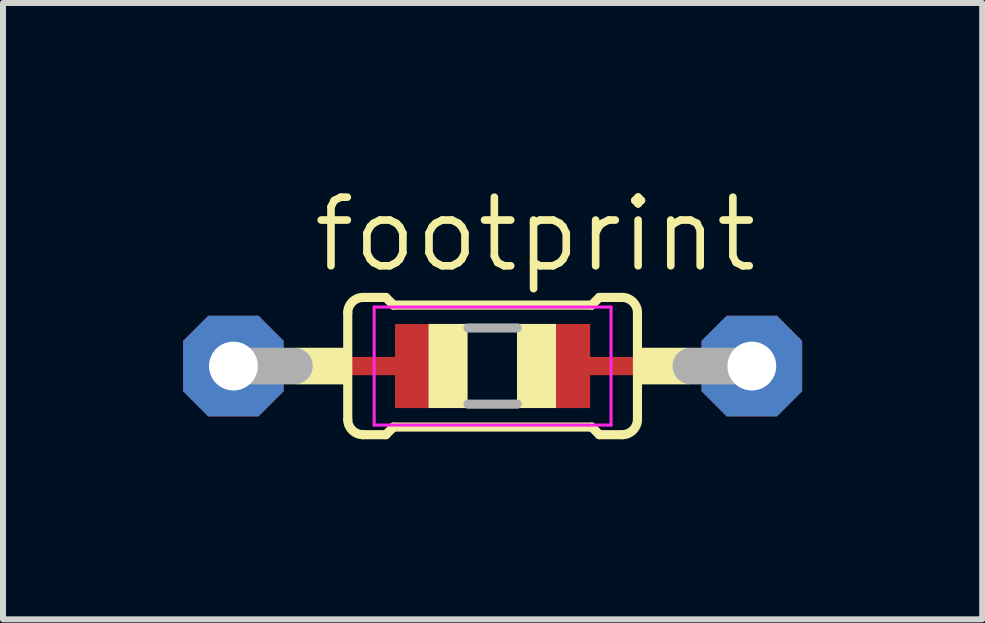
<source format=kicad_pcb>
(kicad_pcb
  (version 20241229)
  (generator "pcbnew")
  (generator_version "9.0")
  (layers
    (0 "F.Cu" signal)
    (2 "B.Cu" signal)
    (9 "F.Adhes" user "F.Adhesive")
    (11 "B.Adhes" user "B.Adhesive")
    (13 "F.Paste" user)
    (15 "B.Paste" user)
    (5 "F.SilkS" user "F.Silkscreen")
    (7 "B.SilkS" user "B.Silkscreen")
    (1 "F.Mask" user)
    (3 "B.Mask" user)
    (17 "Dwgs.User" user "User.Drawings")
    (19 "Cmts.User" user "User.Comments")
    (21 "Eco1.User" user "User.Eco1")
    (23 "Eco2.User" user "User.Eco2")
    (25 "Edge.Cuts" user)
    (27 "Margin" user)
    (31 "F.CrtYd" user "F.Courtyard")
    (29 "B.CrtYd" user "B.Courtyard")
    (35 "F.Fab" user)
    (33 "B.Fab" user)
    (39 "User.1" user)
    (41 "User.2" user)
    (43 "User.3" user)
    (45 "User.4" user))
  (footprint "footprint"
    (layer "F.Cu")
    (at 5.156 3.048)
    (property "Reference" "footprint" (at -3.048 -1.524 0) (layer "F.SilkS") (effects (font (size 1.143 1.143) (thickness 0.127)) (justify left bottom)))
    (fp_line (start -3.738 0) (end -1.1 0) (stroke (width 0.305) (type solid)) (layer "F.Cu"))
    (fp_line (start 1 0) (end 4.338 0) (stroke (width 0.305) (type solid)) (layer "F.Cu"))
    (fp_poly (pts (xy -1.625 0.7) (xy -0.425 0.7) (xy -0.425 -0.7) (xy -1.625 -0.7)) (stroke (width 0) (type solid)) (fill yes) (layer "F.Cu"))
    (fp_poly (pts (xy 0.425 0.7) (xy 1.625 0.7) (xy 1.625 -0.7) (xy 0.425 -0.7)) (stroke (width 0) (type solid)) (fill yes) (layer "F.Cu"))
    (fp_poly (pts (xy -1.725 0.8) (xy -0.325 0.8) (xy -0.325 -0.8) (xy -1.725 -0.8)) (stroke (width 0) (type solid)) (fill yes) (layer "F.Mask"))
    (fp_poly (pts (xy 0.325 0.8) (xy 1.725 0.8) (xy 1.725 -0.8) (xy 0.325 -0.8)) (stroke (width 0) (type solid)) (fill yes) (layer "F.Mask"))
    (fp_line (start -2.413 0.889) (end -2.413 -0.889) (stroke (width 0.152) (type solid)) (layer "F.SilkS"))
    (fp_line (start -2.159 -1.143) (end -1.778 -1.143) (stroke (width 0.152) (type solid)) (layer "F.SilkS"))
    (fp_line (start -2.159 1.143) (end -1.778 1.143) (stroke (width 0.152) (type solid)) (layer "F.SilkS"))
    (fp_line (start -1.651 -1.016) (end -1.778 -1.143) (stroke (width 0.152) (type solid)) (layer "F.SilkS"))
    (fp_line (start -1.651 1.016) (end -1.778 1.143) (stroke (width 0.152) (type solid)) (layer "F.SilkS"))
    (fp_line (start 1.651 -1.016) (end -1.651 -1.016) (stroke (width 0.152) (type solid)) (layer "F.SilkS"))
    (fp_line (start 1.651 -1.016) (end 1.778 -1.143) (stroke (width 0.152) (type solid)) (layer "F.SilkS"))
    (fp_line (start 1.651 1.016) (end -1.651 1.016) (stroke (width 0.152) (type solid)) (layer "F.SilkS"))
    (fp_line (start 1.651 1.016) (end 1.778 1.143) (stroke (width 0.152) (type solid)) (layer "F.SilkS"))
    (fp_line (start 2.159 -1.143) (end 1.778 -1.143) (stroke (width 0.152) (type solid)) (layer "F.SilkS"))
    (fp_line (start 2.159 1.143) (end 1.778 1.143) (stroke (width 0.152) (type solid)) (layer "F.SilkS"))
    (fp_line (start 2.413 0.889) (end 2.413 -0.889) (stroke (width 0.152) (type solid)) (layer "F.SilkS"))
    (fp_arc (start -2.413 -0.889) (mid -2.338605 -1.068605) (end -2.159 -1.143) (stroke (width 0.1524) (type solid)) (layer "F.SilkS"))
    (fp_arc (start -2.159 1.143) (mid -2.338605 1.068605) (end -2.413 0.889) (stroke (width 0.1524) (type solid)) (layer "F.SilkS"))
    (fp_arc (start 2.159 -1.143) (mid 2.338605 -1.068605) (end 2.413 -0.889) (stroke (width 0.1524) (type solid)) (layer "F.SilkS"))
    (fp_arc (start 2.413 0.889) (mid 2.338605 1.068605) (end 2.159 1.143) (stroke (width 0.1524) (type solid)) (layer "F.SilkS"))
    (fp_poly (pts (xy -3.277 0.305) (xy -2.413 0.305) (xy -2.413 -0.305) (xy -3.277 -0.305)) (stroke (width 0) (type solid)) (fill yes) (layer "F.SilkS"))
    (fp_poly (pts (xy -1.067 0.699) (xy -0.417 0.699) (xy -0.417 -0.702) (xy -1.067 -0.702)) (stroke (width 0) (type solid)) (fill yes) (layer "F.SilkS"))
    (fp_poly (pts (xy 0.406 0.699) (xy 1.056 0.699) (xy 1.056 -0.702) (xy 0.406 -0.702)) (stroke (width 0) (type solid)) (fill yes) (layer "F.SilkS"))
    (fp_poly (pts (xy 2.413 0.305) (xy 3.277 0.305) (xy 3.277 -0.305) (xy 2.413 -0.305)) (stroke (width 0) (type solid)) (fill yes) (layer "F.SilkS"))
    (fp_poly (pts (xy -1.64 0.7) (xy -0.41 0.7) (xy -0.41 -0.71) (xy -1.64 -0.71)) (stroke (width 0) (type solid)) (fill yes) (layer "F.Paste"))
    (fp_poly (pts (xy 0.4 0.7) (xy 1.64 0.7) (xy 1.64 -0.7) (xy 0.4 -0.7)) (stroke (width 0) (type solid)) (fill yes) (layer "F.Paste"))
    (fp_line (start -1.973 -0.983) (end 1.973 -0.983) (stroke (width 0.051) (type solid)) (layer "F.CrtYd"))
    (fp_line (start -1.973 0.983) (end -1.973 -0.983) (stroke (width 0.051) (type solid)) (layer "F.CrtYd"))
    (fp_line (start 1.973 -0.983) (end 1.973 0.983) (stroke (width 0.051) (type solid)) (layer "F.CrtYd"))
    (fp_line (start 1.973 0.983) (end -1.973 0.983) (stroke (width 0.051) (type solid)) (layer "F.CrtYd"))
    (fp_line (start -4.318 0) (end -3.302 0) (stroke (width 0.61) (type solid)) (layer "F.Fab"))
    (fp_line (start -0.41 -0.635) (end 0.41 -0.635) (stroke (width 0.152) (type solid)) (layer "F.Fab"))
    (fp_line (start -0.41 0.635) (end 0.41 0.635) (stroke (width 0.152) (type solid)) (layer "F.Fab"))
    (fp_line (start 4.318 0) (end 3.302 0) (stroke (width 0.61) (type solid)) (layer "F.Fab"))
    (pad "1" thru_hole roundrect (at -4.318 0) (size 1.676 1.676) (drill 0.813) (layers "*.Cu" "*.Mask") (roundrect_rratio 0.25) (chamfer_ratio 0.25) (chamfer top_left top_right bottom_left bottom_right))
    (pad "2" thru_hole roundrect (at 4.318 0) (size 1.676 1.676) (drill 0.813) (layers "*.Cu" "*.Mask") (roundrect_rratio 0.25) (chamfer_ratio 0.25) (chamfer top_left top_right bottom_left bottom_right)))
  (gr_rect
    (start -3 -3)
    (end 13.312 7.267)
    (stroke (width 0.1) (type default))
    (fill no)
    (layer "Edge.Cuts")))
</source>
